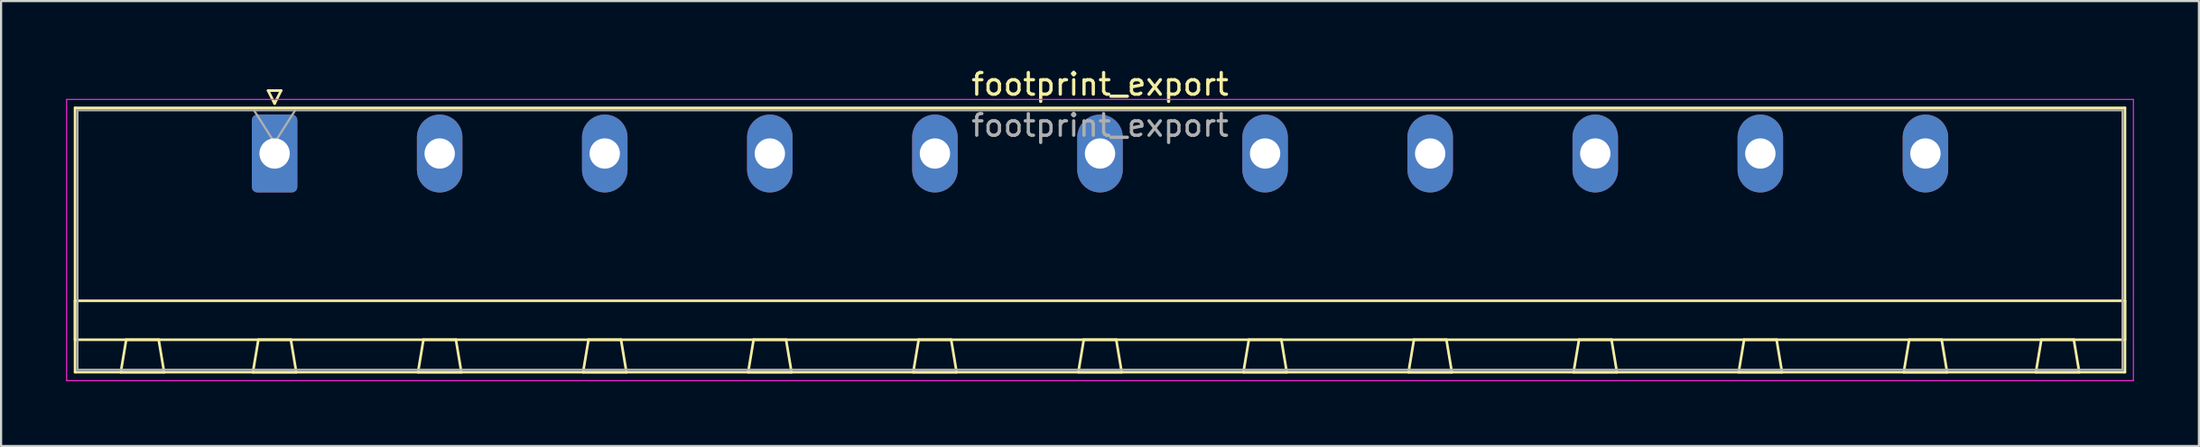
<source format=kicad_pcb>
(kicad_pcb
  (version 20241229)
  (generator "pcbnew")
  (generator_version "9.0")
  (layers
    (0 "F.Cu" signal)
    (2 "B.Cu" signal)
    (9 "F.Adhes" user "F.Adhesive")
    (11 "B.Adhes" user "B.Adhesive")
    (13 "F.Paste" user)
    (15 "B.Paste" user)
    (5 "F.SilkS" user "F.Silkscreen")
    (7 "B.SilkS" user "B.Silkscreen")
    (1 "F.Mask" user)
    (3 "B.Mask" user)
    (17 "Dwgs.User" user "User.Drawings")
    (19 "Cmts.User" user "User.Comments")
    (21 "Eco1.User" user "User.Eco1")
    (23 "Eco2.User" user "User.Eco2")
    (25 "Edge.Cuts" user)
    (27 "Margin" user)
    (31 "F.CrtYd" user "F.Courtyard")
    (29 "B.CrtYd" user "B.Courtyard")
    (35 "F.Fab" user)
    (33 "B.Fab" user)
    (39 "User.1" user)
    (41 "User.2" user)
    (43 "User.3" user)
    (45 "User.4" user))
  (footprint "footprint_export"
    (layer "F.Cu")
    (at 9.625 4.048)
    (property "Reference" "footprint_export" (at 38.1 -3.2 0) (layer "F.SilkS") (effects (font (size 1 1) (thickness 0.15))))
    (attr through_hole)
    (fp_line (start -9.21 -2.11) (end -9.21 10.11) (stroke (width 0.12) (type solid)) (layer "F.SilkS"))
    (fp_line (start -9.21 6.81) (end 85.41 6.81) (stroke (width 0.12) (type solid)) (layer "F.SilkS"))
    (fp_line (start -9.21 8.61) (end -9.21 6.81) (stroke (width 0.12) (type solid)) (layer "F.SilkS"))
    (fp_line (start -9.21 10.11) (end 85.41 10.11) (stroke (width 0.12) (type solid)) (layer "F.SilkS"))
    (fp_line (start -7.1 10.11) (end -5.1 10.11) (stroke (width 0.12) (type solid)) (layer "F.SilkS"))
    (fp_line (start -6.85 8.61) (end -7.1 10.11) (stroke (width 0.12) (type solid)) (layer "F.SilkS"))
    (fp_line (start -5.35 8.61) (end -6.85 8.61) (stroke (width 0.12) (type solid)) (layer "F.SilkS"))
    (fp_line (start -5.1 10.11) (end -5.35 8.61) (stroke (width 0.12) (type solid)) (layer "F.SilkS"))
    (fp_line (start -1 10.11) (end 1 10.11) (stroke (width 0.12) (type solid)) (layer "F.SilkS"))
    (fp_line (start -0.75 8.61) (end -1 10.11) (stroke (width 0.12) (type solid)) (layer "F.SilkS"))
    (fp_line (start -0.3 -2.91) (end 0.3 -2.91) (stroke (width 0.12) (type solid)) (layer "F.SilkS"))
    (fp_line (start 0 -2.31) (end -0.3 -2.91) (stroke (width 0.12) (type solid)) (layer "F.SilkS"))
    (fp_line (start 0.3 -2.91) (end 0 -2.31) (stroke (width 0.12) (type solid)) (layer "F.SilkS"))
    (fp_line (start 0.75 8.61) (end -0.75 8.61) (stroke (width 0.12) (type solid)) (layer "F.SilkS"))
    (fp_line (start 1 10.11) (end 0.75 8.61) (stroke (width 0.12) (type solid)) (layer "F.SilkS"))
    (fp_line (start 6.62 10.11) (end 8.62 10.11) (stroke (width 0.12) (type solid)) (layer "F.SilkS"))
    (fp_line (start 6.87 8.61) (end 6.62 10.11) (stroke (width 0.12) (type solid)) (layer "F.SilkS"))
    (fp_line (start 8.37 8.61) (end 6.87 8.61) (stroke (width 0.12) (type solid)) (layer "F.SilkS"))
    (fp_line (start 8.62 10.11) (end 8.37 8.61) (stroke (width 0.12) (type solid)) (layer "F.SilkS"))
    (fp_line (start 14.24 10.11) (end 16.24 10.11) (stroke (width 0.12) (type solid)) (layer "F.SilkS"))
    (fp_line (start 14.49 8.61) (end 14.24 10.11) (stroke (width 0.12) (type solid)) (layer "F.SilkS"))
    (fp_line (start 15.99 8.61) (end 14.49 8.61) (stroke (width 0.12) (type solid)) (layer "F.SilkS"))
    (fp_line (start 16.24 10.11) (end 15.99 8.61) (stroke (width 0.12) (type solid)) (layer "F.SilkS"))
    (fp_line (start 21.86 10.11) (end 23.86 10.11) (stroke (width 0.12) (type solid)) (layer "F.SilkS"))
    (fp_line (start 22.11 8.61) (end 21.86 10.11) (stroke (width 0.12) (type solid)) (layer "F.SilkS"))
    (fp_line (start 23.61 8.61) (end 22.11 8.61) (stroke (width 0.12) (type solid)) (layer "F.SilkS"))
    (fp_line (start 23.86 10.11) (end 23.61 8.61) (stroke (width 0.12) (type solid)) (layer "F.SilkS"))
    (fp_line (start 29.48 10.11) (end 31.48 10.11) (stroke (width 0.12) (type solid)) (layer "F.SilkS"))
    (fp_line (start 29.73 8.61) (end 29.48 10.11) (stroke (width 0.12) (type solid)) (layer "F.SilkS"))
    (fp_line (start 31.23 8.61) (end 29.73 8.61) (stroke (width 0.12) (type solid)) (layer "F.SilkS"))
    (fp_line (start 31.48 10.11) (end 31.23 8.61) (stroke (width 0.12) (type solid)) (layer "F.SilkS"))
    (fp_line (start 37.1 10.11) (end 39.1 10.11) (stroke (width 0.12) (type solid)) (layer "F.SilkS"))
    (fp_line (start 37.35 8.61) (end 37.1 10.11) (stroke (width 0.12) (type solid)) (layer "F.SilkS"))
    (fp_line (start 38.85 8.61) (end 37.35 8.61) (stroke (width 0.12) (type solid)) (layer "F.SilkS"))
    (fp_line (start 39.1 10.11) (end 38.85 8.61) (stroke (width 0.12) (type solid)) (layer "F.SilkS"))
    (fp_line (start 44.72 10.11) (end 46.72 10.11) (stroke (width 0.12) (type solid)) (layer "F.SilkS"))
    (fp_line (start 44.97 8.61) (end 44.72 10.11) (stroke (width 0.12) (type solid)) (layer "F.SilkS"))
    (fp_line (start 46.47 8.61) (end 44.97 8.61) (stroke (width 0.12) (type solid)) (layer "F.SilkS"))
    (fp_line (start 46.72 10.11) (end 46.47 8.61) (stroke (width 0.12) (type solid)) (layer "F.SilkS"))
    (fp_line (start 52.34 10.11) (end 54.34 10.11) (stroke (width 0.12) (type solid)) (layer "F.SilkS"))
    (fp_line (start 52.59 8.61) (end 52.34 10.11) (stroke (width 0.12) (type solid)) (layer "F.SilkS"))
    (fp_line (start 54.09 8.61) (end 52.59 8.61) (stroke (width 0.12) (type solid)) (layer "F.SilkS"))
    (fp_line (start 54.34 10.11) (end 54.09 8.61) (stroke (width 0.12) (type solid)) (layer "F.SilkS"))
    (fp_line (start 59.96 10.11) (end 61.96 10.11) (stroke (width 0.12) (type solid)) (layer "F.SilkS"))
    (fp_line (start 60.21 8.61) (end 59.96 10.11) (stroke (width 0.12) (type solid)) (layer "F.SilkS"))
    (fp_line (start 61.71 8.61) (end 60.21 8.61) (stroke (width 0.12) (type solid)) (layer "F.SilkS"))
    (fp_line (start 61.96 10.11) (end 61.71 8.61) (stroke (width 0.12) (type solid)) (layer "F.SilkS"))
    (fp_line (start 67.58 10.11) (end 69.58 10.11) (stroke (width 0.12) (type solid)) (layer "F.SilkS"))
    (fp_line (start 67.83 8.61) (end 67.58 10.11) (stroke (width 0.12) (type solid)) (layer "F.SilkS"))
    (fp_line (start 69.33 8.61) (end 67.83 8.61) (stroke (width 0.12) (type solid)) (layer "F.SilkS"))
    (fp_line (start 69.58 10.11) (end 69.33 8.61) (stroke (width 0.12) (type solid)) (layer "F.SilkS"))
    (fp_line (start 75.2 10.11) (end 77.2 10.11) (stroke (width 0.12) (type solid)) (layer "F.SilkS"))
    (fp_line (start 75.45 8.61) (end 75.2 10.11) (stroke (width 0.12) (type solid)) (layer "F.SilkS"))
    (fp_line (start 76.95 8.61) (end 75.45 8.61) (stroke (width 0.12) (type solid)) (layer "F.SilkS"))
    (fp_line (start 77.2 10.11) (end 76.95 8.61) (stroke (width 0.12) (type solid)) (layer "F.SilkS"))
    (fp_line (start 81.3 10.11) (end 83.3 10.11) (stroke (width 0.12) (type solid)) (layer "F.SilkS"))
    (fp_line (start 81.55 8.61) (end 81.3 10.11) (stroke (width 0.12) (type solid)) (layer "F.SilkS"))
    (fp_line (start 83.05 8.61) (end 81.55 8.61) (stroke (width 0.12) (type solid)) (layer "F.SilkS"))
    (fp_line (start 83.3 10.11) (end 83.05 8.61) (stroke (width 0.12) (type solid)) (layer "F.SilkS"))
    (fp_line (start 85.41 -2.11) (end -9.21 -2.11) (stroke (width 0.12) (type solid)) (layer "F.SilkS"))
    (fp_line (start 85.41 6.81) (end 85.41 8.61) (stroke (width 0.12) (type solid)) (layer "F.SilkS"))
    (fp_line (start 85.41 8.61) (end -9.21 8.61) (stroke (width 0.12) (type solid)) (layer "F.SilkS"))
    (fp_line (start 85.41 10.11) (end 85.41 -2.11) (stroke (width 0.12) (type solid)) (layer "F.SilkS"))
    (fp_line (start -9.6 -2.5) (end -9.6 10.5) (stroke (width 0.05) (type solid)) (layer "F.CrtYd"))
    (fp_line (start -9.6 10.5) (end 85.8 10.5) (stroke (width 0.05) (type solid)) (layer "F.CrtYd"))
    (fp_line (start 85.8 -2.5) (end -9.6 -2.5) (stroke (width 0.05) (type solid)) (layer "F.CrtYd"))
    (fp_line (start 85.8 10.5) (end 85.8 -2.5) (stroke (width 0.05) (type solid)) (layer "F.CrtYd"))
    (fp_line (start -9.1 -2) (end -9.1 10) (stroke (width 0.1) (type solid)) (layer "F.Fab"))
    (fp_line (start -9.1 10) (end 85.3 10) (stroke (width 0.1) (type solid)) (layer "F.Fab"))
    (fp_line (start 0 -0.5) (end -0.95 -2) (stroke (width 0.1) (type solid)) (layer "F.Fab"))
    (fp_line (start 0.95 -2) (end 0 -0.5) (stroke (width 0.1) (type solid)) (layer "F.Fab"))
    (fp_line (start 85.3 -2) (end -9.1 -2) (stroke (width 0.1) (type solid)) (layer "F.Fab"))
    (fp_line (start 85.3 10) (end 85.3 -2) (stroke (width 0.1) (type solid)) (layer "F.Fab"))
    (fp_text user "${REFERENCE}" (at 38.1 -1.3 0) (layer "F.Fab") (effects (font (size 1 1) (thickness 0.15))))
    (pad "1" thru_hole roundrect (at 0 0) (size 2.1 3.6) (drill 1.4) (layers "*.Cu" "*.Mask") (roundrect_rratio 0.119))
    (pad "2" thru_hole oval (at 7.62 0) (size 2.1 3.6) (drill 1.4) (layers "*.Cu" "*.Mask"))
    (pad "3" thru_hole oval (at 15.24 0) (size 2.1 3.6) (drill 1.4) (layers "*.Cu" "*.Mask"))
    (pad "4" thru_hole oval (at 22.86 0) (size 2.1 3.6) (drill 1.4) (layers "*.Cu" "*.Mask"))
    (pad "5" thru_hole oval (at 30.48 0) (size 2.1 3.6) (drill 1.4) (layers "*.Cu" "*.Mask"))
    (pad "6" thru_hole oval (at 38.1 0) (size 2.1 3.6) (drill 1.4) (layers "*.Cu" "*.Mask"))
    (pad "7" thru_hole oval (at 45.72 0) (size 2.1 3.6) (drill 1.4) (layers "*.Cu" "*.Mask"))
    (pad "8" thru_hole oval (at 53.34 0) (size 2.1 3.6) (drill 1.4) (layers "*.Cu" "*.Mask"))
    (pad "9" thru_hole oval (at 60.96 0) (size 2.1 3.6) (drill 1.4) (layers "*.Cu" "*.Mask"))
    (pad "10" thru_hole oval (at 68.58 0) (size 2.1 3.6) (drill 1.4) (layers "*.Cu" "*.Mask"))
    (pad "11" thru_hole oval (at 76.2 0) (size 2.1 3.6) (drill 1.4) (layers "*.Cu" "*.Mask")))
  (gr_rect
    (start -3 -3)
    (end 98.45 17.573)
    (stroke (width 0.1) (type default))
    (fill no)
    (layer "Edge.Cuts")))
</source>
